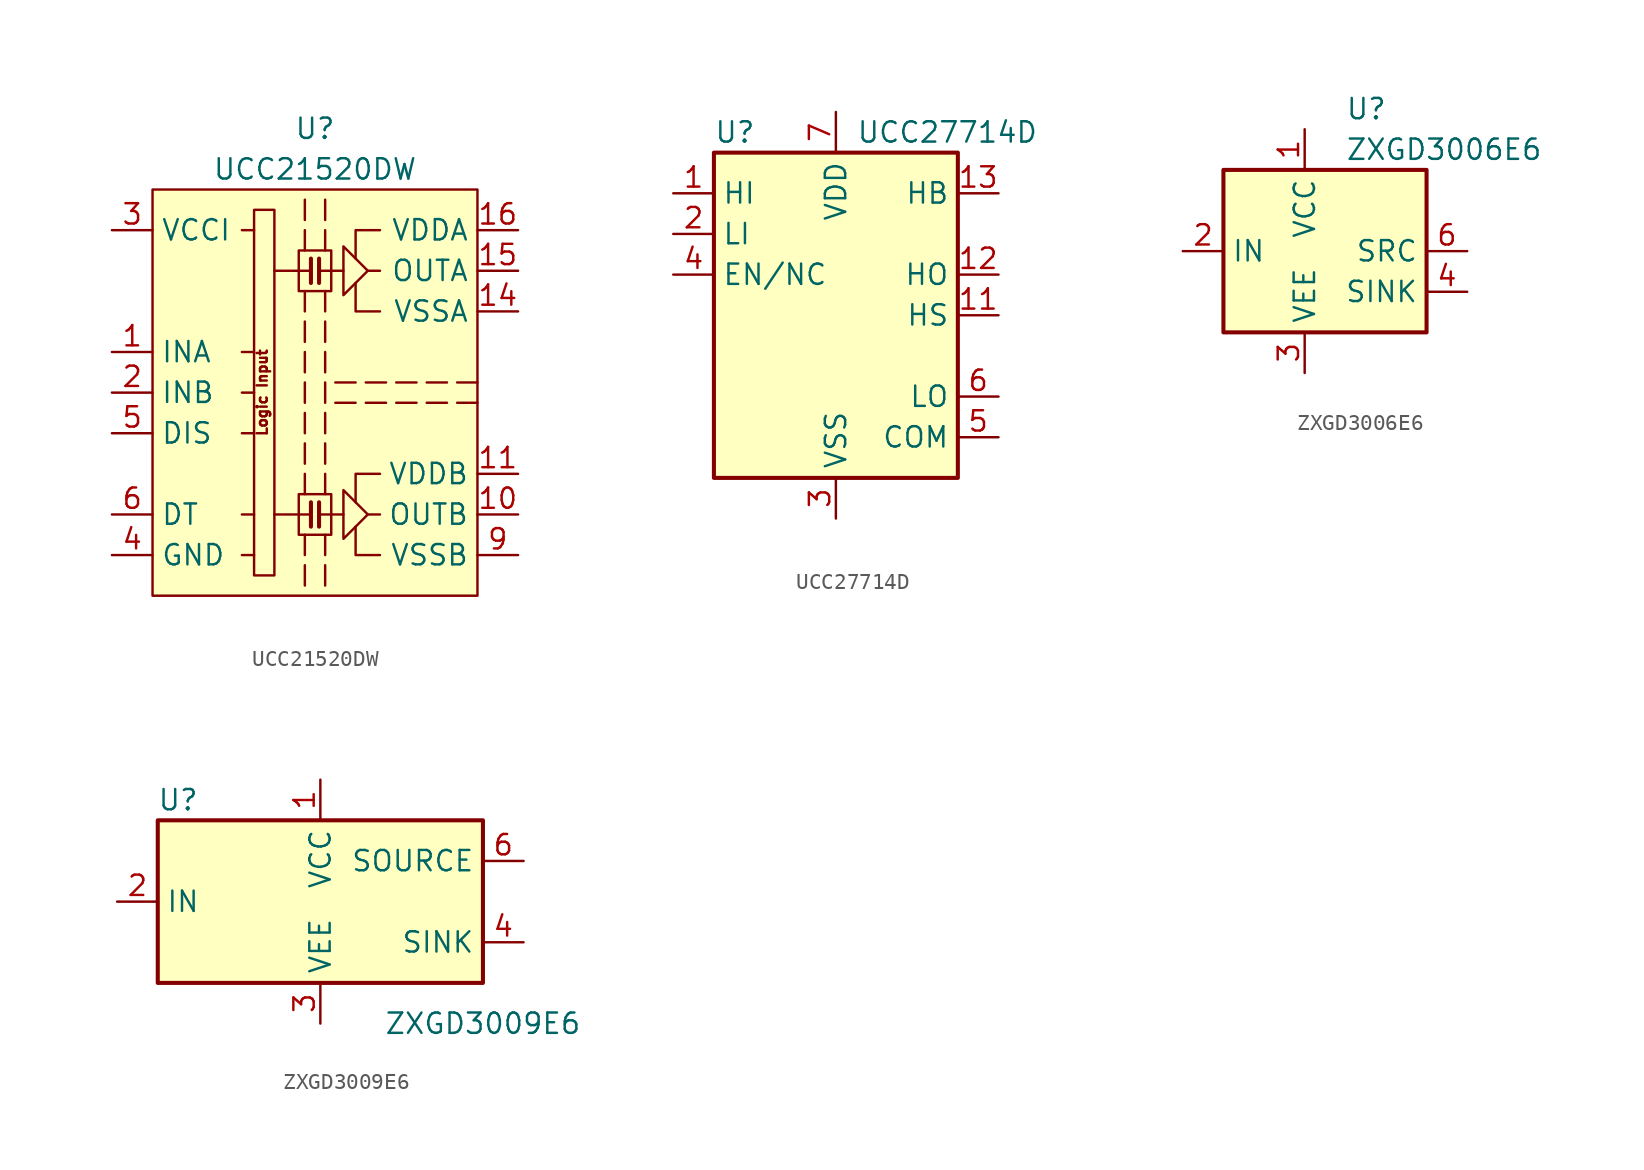
<source format=kicad_sym>
(kicad_symbol_lib
  (version 20241209)
  (generator "kicad_symbol_editor")
  (generator_version "9.0")
  (symbol "UCC21520DW"
    (property "Reference" "U"
      (at 0 16.51 0)
      (effects (font (size 1.27 1.27))))
    (property "Value" "UCC21520DW"
      (at 0 13.97 0)
      (effects (font (size 1.27 1.27))))
    (symbol "UCC21520DW_0_0"
      (polyline (pts (xy -0.635 12.065) (xy -0.635 10.795)) (stroke (width 0) (type default)) (fill (type none)))
      (polyline (pts (xy -0.635 10.16) (xy -0.635 8.89)) (stroke (width 0) (type default)) (fill (type none)))
      (polyline (pts (xy -0.635 6.35) (xy -0.635 5.08)) (stroke (width 0) (type default)) (fill (type none)))
      (polyline (pts (xy -0.254 8.382) (xy -0.254 6.858)) (stroke (width 0.254) (type default)) (fill (type none)))
      (polyline (pts (xy -0.254 7.62) (xy -2.54 7.62)) (stroke (width 0) (type default)) (fill (type none)))
      (polyline (pts (xy -0.254 -6.858) (xy -0.254 -8.382)) (stroke (width 0.254) (type default)) (fill (type none)))
      (polyline (pts (xy -0.254 -7.62) (xy -2.54 -7.62)) (stroke (width 0) (type default)) (fill (type none)))
      (polyline (pts (xy 0.254 8.382) (xy 0.254 6.858)) (stroke (width 0.254) (type default)) (fill (type none)))
      (polyline (pts (xy 0.254 7.62) (xy 1.778 7.62)) (stroke (width 0) (type default)) (fill (type none)))
      (polyline (pts (xy 0.254 -6.858) (xy 0.254 -8.382)) (stroke (width 0.254) (type default)) (fill (type none)))
      (polyline (pts (xy 0.254 -7.62) (xy 1.778 -7.62)) (stroke (width 0) (type default)) (fill (type none)))
      (polyline (pts (xy 0.635 10.795) (xy 0.635 12.065)) (stroke (width 0) (type default)) (fill (type none)))
      (polyline (pts (xy 0.635 8.89) (xy 0.635 10.16)) (stroke (width 0) (type default)) (fill (type none)))
      (polyline (pts (xy 0.635 6.35) (xy 0.635 5.08)) (stroke (width 0) (type default)) (fill (type none)))
      (rectangle (start 1.016 8.89) (end -1.016 6.35) (stroke (width 0) (type default)) (fill (type none)))
      (rectangle (start 1.016 -6.35) (end -1.016 -8.89) (stroke (width 0) (type default)) (fill (type none)))
      (polyline (pts (xy 2.54 0.635) (xy 1.27 0.635)) (stroke (width 0) (type default)) (fill (type none)))
      (polyline (pts (xy 2.54 -0.635) (xy 1.27 -0.635)) (stroke (width 0) (type default)) (fill (type none)))
      (polyline (pts (xy 3.302 7.62) (xy 1.778 6.096) (xy 1.778 9.144) (xy 3.302 7.62)) (stroke (width 0) (type default)) (fill (type none)))
      (polyline (pts (xy 3.302 -7.62) (xy 1.778 -9.144) (xy 1.778 -6.096) (xy 3.302 -7.62)) (stroke (width 0) (type default)) (fill (type none)))
      (polyline (pts (xy 4.064 10.16) (xy 2.54 10.16) (xy 2.54 8.382)) (stroke (width 0) (type default)) (fill (type none)))
      (polyline (pts (xy 4.064 7.62) (xy 3.302 7.62)) (stroke (width 0) (type default)) (fill (type none)))
      (polyline (pts (xy 4.064 5.08) (xy 2.54 5.08) (xy 2.54 6.858)) (stroke (width 0) (type default)) (fill (type none)))
      (polyline (pts (xy 4.064 -5.08) (xy 2.54 -5.08) (xy 2.54 -6.858)) (stroke (width 0) (type default)) (fill (type none)))
      (polyline (pts (xy 4.064 -7.62) (xy 3.302 -7.62)) (stroke (width 0) (type default)) (fill (type none)))
      (polyline (pts (xy 4.064 -10.16) (xy 2.54 -10.16) (xy 2.54 -8.382)) (stroke (width 0) (type default)) (fill (type none)))
      (polyline (pts (xy 4.445 0.635) (xy 3.175 0.635)) (stroke (width 0) (type default)) (fill (type none)))
      (polyline (pts (xy 4.445 -0.635) (xy 3.175 -0.635)) (stroke (width 0) (type default)) (fill (type none)))
      (polyline (pts (xy 6.35 0.635) (xy 5.08 0.635)) (stroke (width 0) (type default)) (fill (type none)))
      (polyline (pts (xy 6.35 -0.635) (xy 5.08 -0.635)) (stroke (width 0) (type default)) (fill (type none)))
      (polyline (pts (xy 8.255 0.635) (xy 6.985 0.635)) (stroke (width 0) (type default)) (fill (type none)))
      (polyline (pts (xy 8.255 -0.635) (xy 6.985 -0.635)) (stroke (width 0) (type default)) (fill (type none)))
      (polyline (pts (xy 10.16 0.635) (xy 8.89 0.635)) (stroke (width 0) (type default)) (fill (type none)))
      (polyline (pts (xy 10.16 -0.635) (xy 8.89 -0.635)) (stroke (width 0) (type default)) (fill (type none)))
      (text "Logic Input" (at -3.302 0 900) (effects (font (size 0.635 0.635)))))
    (symbol "UCC21520DW_0_1"
      (rectangle (start -3.81 11.43) (end -2.54 -11.43) (stroke (width 0) (type default)) (fill (type none)))
      (polyline (pts (xy -3.81 10.16) (xy -4.572 10.16)) (stroke (width 0) (type default)) (fill (type none)))
      (polyline (pts (xy -3.81 2.54) (xy -4.572 2.54)) (stroke (width 0) (type default)) (fill (type none)))
      (polyline (pts (xy -3.81 0) (xy -4.572 0)) (stroke (width 0) (type default)) (fill (type none)))
      (polyline (pts (xy -3.81 -2.54) (xy -4.572 -2.54)) (stroke (width 0) (type default)) (fill (type none)))
      (polyline (pts (xy -3.81 -7.62) (xy -4.572 -7.62)) (stroke (width 0) (type default)) (fill (type none)))
      (polyline (pts (xy -3.81 -10.16) (xy -4.572 -10.16)) (stroke (width 0) (type default)) (fill (type none)))
      (polyline (pts (xy -0.635 4.445) (xy -0.635 3.175)) (stroke (width 0) (type default)) (fill (type none)))
      (polyline (pts (xy -0.635 2.54) (xy -0.635 1.27)) (stroke (width 0) (type default)) (fill (type none)))
      (polyline (pts (xy -0.635 0.635) (xy -0.635 -0.635)) (stroke (width 0) (type default)) (fill (type none)))
      (polyline (pts (xy -0.635 -1.27) (xy -0.635 -2.54)) (stroke (width 0) (type default)) (fill (type none)))
      (polyline (pts (xy -0.635 -3.175) (xy -0.635 -4.445)) (stroke (width 0) (type default)) (fill (type none)))
      (polyline (pts (xy -0.635 -5.08) (xy -0.635 -6.35)) (stroke (width 0) (type default)) (fill (type none)))
      (polyline (pts (xy -0.635 -8.89) (xy -0.635 -10.16)) (stroke (width 0) (type default)) (fill (type none)))
      (polyline (pts (xy -0.635 -10.795) (xy -0.635 -12.065)) (stroke (width 0) (type default)) (fill (type none)))
      (polyline (pts (xy 0.635 4.445) (xy 0.635 3.175)) (stroke (width 0) (type default)) (fill (type none)))
      (polyline (pts (xy 0.635 2.54) (xy 0.635 1.27)) (stroke (width 0) (type default)) (fill (type none)))
      (polyline (pts (xy 0.635 0.635) (xy 0.635 -0.635)) (stroke (width 0) (type default)) (fill (type none)))
      (polyline (pts (xy 0.635 -1.27) (xy 0.635 -2.54)) (stroke (width 0) (type default)) (fill (type none)))
      (polyline (pts (xy 0.635 -3.175) (xy 0.635 -4.445)) (stroke (width 0) (type default)) (fill (type none)))
      (polyline (pts (xy 0.635 -5.08) (xy 0.635 -6.35)) (stroke (width 0) (type default)) (fill (type none)))
      (polyline (pts (xy 0.635 -8.89) (xy 0.635 -10.16)) (stroke (width 0) (type default)) (fill (type none)))
      (polyline (pts (xy 0.635 -10.795) (xy 0.635 -12.065)) (stroke (width 0) (type default)) (fill (type none)))
      (rectangle (start 10.16 12.7) (end -10.16 -12.7) (stroke (width 0) (type default)) (fill (type background))))
    (symbol "UCC21520DW_1_1"
      (pin power_in line (at -12.7 10.16 0) (length 2.54) (name "VCCI" (effects (font (size 1.27 1.27)))) (number "3" (effects (font (size 1.27 1.27)))))
      (pin passive line (at -12.7 10.16 0) (length 2.54) (hide yes) (name "VCCI" (effects (font (size 1.27 1.27)))) (number "8" (effects (font (size 1.27 1.27)))))
      (pin input line (at -12.7 2.54 0) (length 2.54) (name "INA" (effects (font (size 1.27 1.27)))) (number "1" (effects (font (size 1.27 1.27)))))
      (pin input line (at -12.7 0 0) (length 2.54) (name "INB" (effects (font (size 1.27 1.27)))) (number "2" (effects (font (size 1.27 1.27)))))
      (pin input line (at -12.7 -2.54 0) (length 2.54) (name "DIS" (effects (font (size 1.27 1.27)))) (number "5" (effects (font (size 1.27 1.27)))))
      (pin passive line (at -12.7 -7.62 0) (length 2.54) (name "DT" (effects (font (size 1.27 1.27)))) (number "6" (effects (font (size 1.27 1.27)))))
      (pin power_in line (at -12.7 -10.16 0) (length 2.54) (name "GND" (effects (font (size 1.27 1.27)))) (number "4" (effects (font (size 1.27 1.27)))))
      (pin no_connect line (at -10.16 -5.08 0) (length 2.54) (hide yes) (name "NC" (effects (font (size 1.27 1.27)))) (number "7" (effects (font (size 1.27 1.27)))))
      (pin no_connect line (at 10.16 2.54 180) (length 2.54) (hide yes) (name "NC" (effects (font (size 1.27 1.27)))) (number "13" (effects (font (size 1.27 1.27)))))
      (pin no_connect line (at 10.16 -2.54 180) (length 2.54) (hide yes) (name "NC" (effects (font (size 1.27 1.27)))) (number "12" (effects (font (size 1.27 1.27)))))
      (pin power_in line (at 12.7 10.16 180) (length 2.54) (name "VDDA" (effects (font (size 1.27 1.27)))) (number "16" (effects (font (size 1.27 1.27)))))
      (pin output line (at 12.7 7.62 180) (length 2.54) (name "OUTA" (effects (font (size 1.27 1.27)))) (number "15" (effects (font (size 1.27 1.27)))))
      (pin power_in line (at 12.7 5.08 180) (length 2.54) (name "VSSA" (effects (font (size 1.27 1.27)))) (number "14" (effects (font (size 1.27 1.27)))))
      (pin power_in line (at 12.7 -5.08 180) (length 2.54) (name "VDDB" (effects (font (size 1.27 1.27)))) (number "11" (effects (font (size 1.27 1.27)))))
      (pin output line (at 12.7 -7.62 180) (length 2.54) (name "OUTB" (effects (font (size 1.27 1.27)))) (number "10" (effects (font (size 1.27 1.27)))))
      (pin power_in line (at 12.7 -10.16 180) (length 2.54) (name "VSSB" (effects (font (size 1.27 1.27)))) (number "9" (effects (font (size 1.27 1.27)))))))
  (symbol "UCC27714D"
    (property "Reference" "U"
      (at -7.62 11.43 0)
      (effects (font (size 1.27 1.27)) (justify left)))
    (property "Value" "UCC27714D"
      (at 1.27 11.43 0)
      (effects (font (size 1.27 1.27)) (justify left)))
    (symbol "UCC27714D_0_1"
      (rectangle (start -7.62 10.16) (end 7.62 -10.16) (stroke (width 0.254) (type default)) (fill (type background))))
    (symbol "UCC27714D_1_1"
      (pin input line (at -10.16 7.62 0) (length 2.54) (name "HI" (effects (font (size 1.27 1.27)))) (number "1" (effects (font (size 1.27 1.27)))))
      (pin input line (at -10.16 5.08 0) (length 2.54) (name "LI" (effects (font (size 1.27 1.27)))) (number "2" (effects (font (size 1.27 1.27)))))
      (pin input line (at -10.16 2.54 0) (length 2.54) (name "EN/NC" (effects (font (size 1.27 1.27)))) (number "4" (effects (font (size 1.27 1.27)))))
      (pin no_connect line (at -7.62 0 0) (length 2.54) (hide yes) (name "NC" (effects (font (size 1.27 1.27)))) (number "8" (effects (font (size 1.27 1.27)))))
      (pin no_connect line (at -7.62 -2.54 0) (length 2.54) (hide yes) (name "NC" (effects (font (size 1.27 1.27)))) (number "9" (effects (font (size 1.27 1.27)))))
      (pin no_connect line (at -7.62 -5.08 0) (length 2.54) (hide yes) (name "NC" (effects (font (size 1.27 1.27)))) (number "10" (effects (font (size 1.27 1.27)))))
      (pin no_connect line (at -7.62 -7.62 0) (length 2.54) (hide yes) (name "NC" (effects (font (size 1.27 1.27)))) (number "14" (effects (font (size 1.27 1.27)))))
      (pin power_in line (at 0 12.7 270) (length 2.54) (name "VDD" (effects (font (size 1.27 1.27)))) (number "7" (effects (font (size 1.27 1.27)))))
      (pin power_in line (at 0 -12.7 90) (length 2.54) (name "VSS" (effects (font (size 1.27 1.27)))) (number "3" (effects (font (size 1.27 1.27)))))
      (pin input line (at 10.16 7.62 180) (length 2.54) (name "HB" (effects (font (size 1.27 1.27)))) (number "13" (effects (font (size 1.27 1.27)))))
      (pin output line (at 10.16 2.54 180) (length 2.54) (name "HO" (effects (font (size 1.27 1.27)))) (number "12" (effects (font (size 1.27 1.27)))))
      (pin passive line (at 10.16 0 180) (length 2.54) (name "HS" (effects (font (size 1.27 1.27)))) (number "11" (effects (font (size 1.27 1.27)))))
      (pin output line (at 10.16 -5.08 180) (length 2.54) (name "LO" (effects (font (size 1.27 1.27)))) (number "6" (effects (font (size 1.27 1.27)))))
      (pin passive line (at 10.16 -7.62 180) (length 2.54) (name "COM" (effects (font (size 1.27 1.27)))) (number "5" (effects (font (size 1.27 1.27)))))))
  (symbol "ZXGD3006E6"
    (property "Reference" "U"
      (at 2.54 8.89 0)
      (effects (font (size 1.27 1.27)) (justify left)))
    (property "Value" "ZXGD3006E6"
      (at 2.54 6.35 0)
      (effects (font (size 1.27 1.27)) (justify left)))
    (symbol "ZXGD3006E6_0_1"
      (rectangle (start -5.08 5.08) (end 7.62 -5.08) (stroke (width 0.254) (type default)) (fill (type background))))
    (symbol "ZXGD3006E6_1_1"
      (pin input line (at -7.62 0 0) (length 2.54) (name "IN" (effects (font (size 1.27 1.27)))) (number "2" (effects (font (size 1.27 1.27)))))
      (pin power_in line (at 0 7.62 270) (length 2.54) (name "VCC" (effects (font (size 1.27 1.27)))) (number "1" (effects (font (size 1.27 1.27)))))
      (pin power_in line (at 0 -7.62 90) (length 2.54) (name "VEE" (effects (font (size 1.27 1.27)))) (number "3" (effects (font (size 1.27 1.27)))))
      (pin no_connect line (at 7.62 2.54 180) (length 2.54) (hide yes) (name "NC" (effects (font (size 1.27 1.27)))) (number "5" (effects (font (size 1.27 1.27)))))
      (pin open_emitter line (at 10.16 0 180) (length 2.54) (name "SRC" (effects (font (size 1.27 1.27)))) (number "6" (effects (font (size 1.27 1.27)))))
      (pin open_collector line (at 10.16 -2.54 180) (length 2.54) (name "SINK" (effects (font (size 1.27 1.27)))) (number "4" (effects (font (size 1.27 1.27)))))))
  (symbol "ZXGD3009E6"
    (property "Reference" "U"
      (at -8.89 6.35 0)
      (effects (font (size 1.27 1.27))))
    (property "Value" "ZXGD3009E6"
      (at 10.16 -7.62 0)
      (effects (font (size 1.27 1.27))))
    (symbol "ZXGD3009E6_0_1"
      (rectangle (start -10.16 5.08) (end 10.16 -5.08) (stroke (width 0.254) (type default)) (fill (type background))))
    (symbol "ZXGD3009E6_1_1"
      (pin input line (at -12.7 0 0) (length 2.54) (name "IN" (effects (font (size 1.27 1.27)))) (number "2" (effects (font (size 1.27 1.27)))))
      (pin power_in line (at 0 7.62 270) (length 2.54) (name "VCC" (effects (font (size 1.27 1.27)))) (number "1" (effects (font (size 1.27 1.27)))))
      (pin power_in line (at 0 -7.62 90) (length 2.54) (name "VEE" (effects (font (size 1.27 1.27)))) (number "3" (effects (font (size 1.27 1.27)))))
      (pin no_connect line (at 10.16 0 180) (length 2.54) (hide yes) (name "NC" (effects (font (size 1.27 1.27)))) (number "5" (effects (font (size 1.27 1.27)))))
      (pin open_emitter line (at 12.7 2.54 180) (length 2.54) (name "SOURCE" (effects (font (size 1.27 1.27)))) (number "6" (effects (font (size 1.27 1.27)))))
      (pin open_collector line (at 12.7 -2.54 180) (length 2.54) (name "SINK" (effects (font (size 1.27 1.27)))) (number "4" (effects (font (size 1.27 1.27))))))))
</source>
